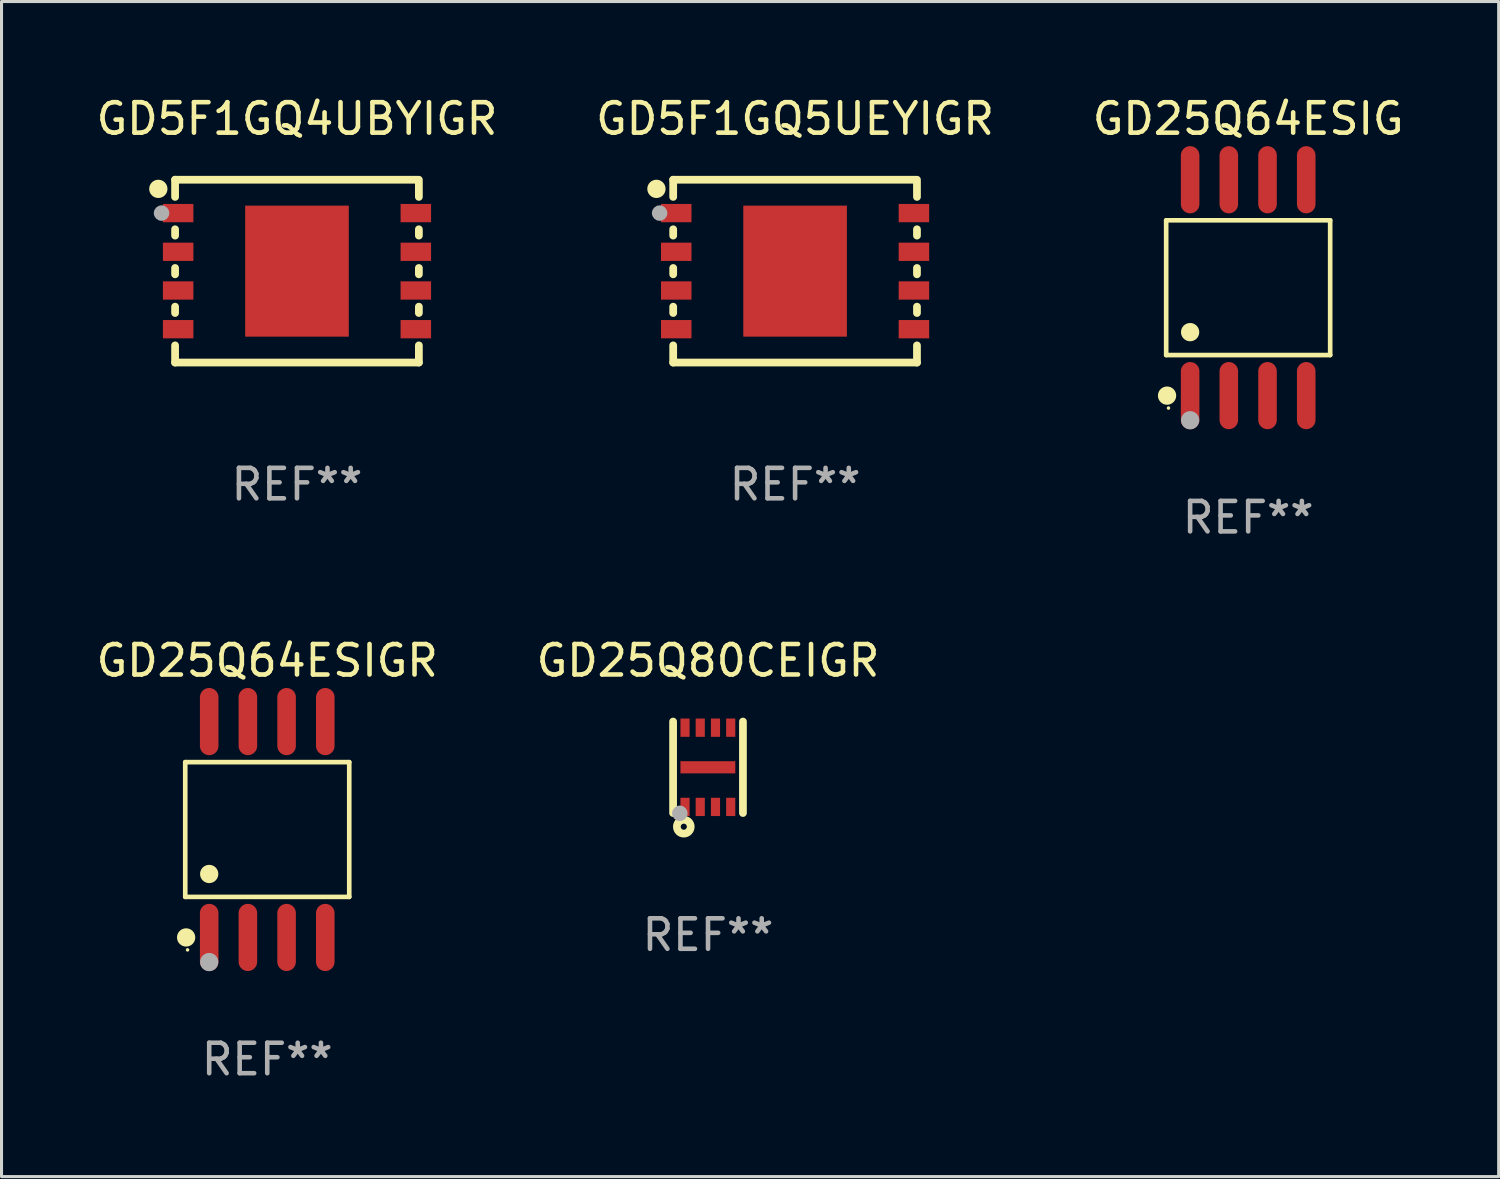
<source format=kicad_pcb>
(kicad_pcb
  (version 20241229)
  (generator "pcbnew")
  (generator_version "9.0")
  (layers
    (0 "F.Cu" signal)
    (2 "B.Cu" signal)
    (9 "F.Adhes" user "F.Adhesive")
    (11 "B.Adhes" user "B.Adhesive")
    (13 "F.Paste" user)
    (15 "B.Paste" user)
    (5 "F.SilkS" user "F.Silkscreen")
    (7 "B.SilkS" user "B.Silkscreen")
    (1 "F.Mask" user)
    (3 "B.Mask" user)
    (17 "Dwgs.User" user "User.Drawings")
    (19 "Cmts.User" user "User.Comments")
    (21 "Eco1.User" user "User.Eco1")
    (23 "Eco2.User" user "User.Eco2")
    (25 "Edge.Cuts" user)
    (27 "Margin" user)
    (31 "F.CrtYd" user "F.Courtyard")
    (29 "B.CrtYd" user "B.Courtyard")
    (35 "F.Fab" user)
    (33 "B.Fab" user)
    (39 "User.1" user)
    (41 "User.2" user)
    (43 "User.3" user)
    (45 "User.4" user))
  (footprint "GD25Q64ESIGR"
    (layer "F.Cu")
    (at 5.72 24.172)
    (property "Reference" "GD25Q64ESIGR" (at 0 -5.542 0) (layer "F.SilkS") (effects (font (size 1 1) (thickness 0.15))))
    (attr through_hole)
    (fp_line (start -2.691 -2.211) (end 2.691 -2.211) (stroke (width 0.152) (type solid)) (layer "F.SilkS"))
    (fp_line (start -2.691 2.211) (end -2.691 -2.211) (stroke (width 0.152) (type solid)) (layer "F.SilkS"))
    (fp_line (start 2.691 -2.211) (end 2.691 2.211) (stroke (width 0.152) (type solid)) (layer "F.SilkS"))
    (fp_line (start 2.691 2.211) (end -2.691 2.211) (stroke (width 0.152) (type solid)) (layer "F.SilkS"))
    (fp_circle (center -2.662 3.542) (end -2.512 3.542) (stroke (width 0.3) (type solid)) (fill no) (layer "F.SilkS"))
    (fp_circle (center -2.615 3.95) (end -2.585 3.95) (stroke (width 0.06) (type solid)) (fill no) (layer "F.SilkS"))
    (fp_circle (center -1.905 1.459) (end -1.755 1.459) (stroke (width 0.3) (type solid)) (fill no) (layer "F.SilkS"))
    (fp_circle (center -1.905 4.35) (end -1.755 4.35) (stroke (width 0.3) (type solid)) (fill no) (layer "F.Fab"))
    (fp_text user "REF**" (at 0 7.542 0) (layer "F.Fab") (effects (font (size 1 1) (thickness 0.15))))
    (pad "1" smd oval (at -1.905 3.542) (size 0.609 2.204) (layers "F.Cu" "F.Mask" "F.Paste"))
    (pad "2" smd oval (at -0.635 3.542) (size 0.609 2.204) (layers "F.Cu" "F.Mask" "F.Paste"))
    (pad "3" smd oval (at 0.635 3.542) (size 0.609 2.204) (layers "F.Cu" "F.Mask" "F.Paste"))
    (pad "4" smd oval (at 1.905 3.542) (size 0.609 2.204) (layers "F.Cu" "F.Mask" "F.Paste"))
    (pad "5" smd oval (at 1.905 -3.542) (size 0.609 2.204) (layers "F.Cu" "F.Mask" "F.Paste"))
    (pad "6" smd oval (at 0.635 -3.542) (size 0.609 2.204) (layers "F.Cu" "F.Mask" "F.Paste"))
    (pad "7" smd oval (at -0.635 -3.542) (size 0.609 2.204) (layers "F.Cu" "F.Mask" "F.Paste"))
    (pad "8" smd oval (at -1.905 -3.542) (size 0.609 2.204) (layers "F.Cu" "F.Mask" "F.Paste")))
  (footprint "GD5F1GQ4UBYIGR"
    (layer "F.Cu")
    (at 6.696 5.848)
    (property "Reference" "GD5F1GQ4UBYIGR" (at 0 -5 0) (layer "F.SilkS") (effects (font (size 1 1) (thickness 0.15))))
    (attr through_hole)
    (fp_line (start -4 -3) (end 3.95 -3) (stroke (width 0.254) (type solid)) (layer "F.SilkS"))
    (fp_line (start -4 -2.436) (end -4 -3) (stroke (width 0.254) (type solid)) (layer "F.SilkS"))
    (fp_line (start -4 -1.166) (end -4 -1.374) (stroke (width 0.254) (type solid)) (layer "F.SilkS"))
    (fp_line (start -4 0.104) (end -4 -0.104) (stroke (width 0.254) (type solid)) (layer "F.SilkS"))
    (fp_line (start -4 1.374) (end -4 1.166) (stroke (width 0.254) (type solid)) (layer "F.SilkS"))
    (fp_line (start -4 3) (end -4 2.436) (stroke (width 0.254) (type solid)) (layer "F.SilkS"))
    (fp_line (start 4 -3) (end 4 -2.436) (stroke (width 0.254) (type solid)) (layer "F.SilkS"))
    (fp_line (start 4 -1.374) (end 4 -1.166) (stroke (width 0.254) (type solid)) (layer "F.SilkS"))
    (fp_line (start 4 -0.104) (end 4 0.104) (stroke (width 0.254) (type solid)) (layer "F.SilkS"))
    (fp_line (start 4 1.166) (end 4 1.374) (stroke (width 0.254) (type solid)) (layer "F.SilkS"))
    (fp_line (start 4 2.436) (end 4 3) (stroke (width 0.254) (type solid)) (layer "F.SilkS"))
    (fp_line (start 4 3) (end -4 3) (stroke (width 0.254) (type solid)) (layer "F.SilkS"))
    (fp_circle (center -4.55 -2.7) (end -4.4 -2.7) (stroke (width 0.3) (type solid)) (fill no) (layer "F.SilkS"))
    (fp_circle (center -4 -3) (end -3.97 -3) (stroke (width 0.06) (type solid)) (fill no) (layer "F.SilkS"))
    (fp_circle (center -4.445 -1.905) (end -4.318 -1.905) (stroke (width 0.254) (type solid)) (fill no) (layer "F.Fab"))
    (fp_text user "REF**" (at 0 7 0) (layer "F.Fab") (effects (font (size 1 1) (thickness 0.15))))
    (pad "1" smd rect (at -3.9 -1.905 270) (size 0.6 1) (layers "F.Cu" "F.Mask" "F.Paste"))
    (pad "2" smd rect (at -3.9 -0.635 270) (size 0.6 1) (layers "F.Cu" "F.Mask" "F.Paste"))
    (pad "3" smd rect (at -3.9 0.635 270) (size 0.6 1) (layers "F.Cu" "F.Mask" "F.Paste"))
    (pad "4" smd rect (at -3.9 1.905 270) (size 0.6 1) (layers "F.Cu" "F.Mask" "F.Paste"))
    (pad "5" smd rect (at 3.9 1.905 90) (size 0.6 1) (layers "F.Cu" "F.Mask" "F.Paste"))
    (pad "6" smd rect (at 3.9 0.635 90) (size 0.6 1) (layers "F.Cu" "F.Mask" "F.Paste"))
    (pad "7" smd rect (at 3.9 -0.635 90) (size 0.6 1) (layers "F.Cu" "F.Mask" "F.Paste"))
    (pad "8" smd rect (at 3.9 -1.905 90) (size 0.6 1) (layers "F.Cu" "F.Mask" "F.Paste"))
    (pad "9" smd rect (at 0 0 90) (size 4.3 3.4) (layers "F.Cu" "F.Mask" "F.Paste")))
  (footprint "GD25Q80CEIGR"
    (layer "F.Cu")
    (at 20.185 22.13)
    (property "Reference" "GD25Q80CEIGR" (at 0 -3.501 0) (layer "F.SilkS") (effects (font (size 1 1) (thickness 0.15))))
    (attr through_hole)
    (fp_line (start -1.146 -1.501) (end -1.146 1.501) (stroke (width 0.254) (type solid)) (layer "F.SilkS"))
    (fp_line (start 1.146 -1.501) (end 1.146 1.501) (stroke (width 0.254) (type solid)) (layer "F.SilkS"))
    (fp_circle (center -1.005 1.5) (end -0.975 1.5) (stroke (width 0.06) (type solid)) (fill no) (layer "F.SilkS"))
    (fp_circle (center -0.795 1.95) (end -0.695 1.95) (stroke (width 0.254) (type solid)) (fill no) (layer "F.SilkS"))
    (fp_circle (center -0.925 1.51) (end -0.798 1.51) (stroke (width 0.254) (type solid)) (fill no) (layer "F.Fab"))
    (fp_text user "REF**" (at 0 5.501 0) (layer "F.Fab") (effects (font (size 1 1) (thickness 0.15))))
    (pad "1" smd rect (at -0.755 1.3) (size 0.3 0.6) (layers "F.Cu" "F.Mask" "F.Paste"))
    (pad "2" smd rect (at -0.255 1.3) (size 0.3 0.6) (layers "F.Cu" "F.Mask" "F.Paste"))
    (pad "3" smd rect (at 0.245 1.3) (size 0.3 0.6) (layers "F.Cu" "F.Mask" "F.Paste"))
    (pad "4" smd rect (at 0.745 1.3) (size 0.3 0.6) (layers "F.Cu" "F.Mask" "F.Paste"))
    (pad "5" smd rect (at 0.745 -1.3) (size 0.3 0.6) (layers "F.Cu" "F.Mask" "F.Paste"))
    (pad "6" smd rect (at 0.245 -1.3) (size 0.3 0.6) (layers "F.Cu" "F.Mask" "F.Paste"))
    (pad "7" smd rect (at -0.255 -1.3) (size 0.3 0.6) (layers "F.Cu" "F.Mask" "F.Paste"))
    (pad "8" smd rect (at -0.755 -1.3) (size 0.3 0.6) (layers "F.Cu" "F.Mask" "F.Paste"))
    (pad "9" smd rect (at -0.005 0 90) (size 0.4 1.8) (layers "F.Cu" "F.Mask" "F.Paste")))
  (footprint "GD5F1GQ5UEYIGR"
    (layer "F.Cu")
    (at 23.042 5.848)
    (property "Reference" "GD5F1GQ5UEYIGR" (at 0 -5 0) (layer "F.SilkS") (effects (font (size 1 1) (thickness 0.15))))
    (attr through_hole)
    (fp_line (start -4 -3) (end 3.95 -3) (stroke (width 0.254) (type solid)) (layer "F.SilkS"))
    (fp_line (start -4 -2.436) (end -4 -3) (stroke (width 0.254) (type solid)) (layer "F.SilkS"))
    (fp_line (start -4 -1.166) (end -4 -1.374) (stroke (width 0.254) (type solid)) (layer "F.SilkS"))
    (fp_line (start -4 0.104) (end -4 -0.104) (stroke (width 0.254) (type solid)) (layer "F.SilkS"))
    (fp_line (start -4 1.374) (end -4 1.166) (stroke (width 0.254) (type solid)) (layer "F.SilkS"))
    (fp_line (start -4 3) (end -4 2.436) (stroke (width 0.254) (type solid)) (layer "F.SilkS"))
    (fp_line (start 4 -3) (end 4 -2.436) (stroke (width 0.254) (type solid)) (layer "F.SilkS"))
    (fp_line (start 4 -1.374) (end 4 -1.166) (stroke (width 0.254) (type solid)) (layer "F.SilkS"))
    (fp_line (start 4 -0.104) (end 4 0.104) (stroke (width 0.254) (type solid)) (layer "F.SilkS"))
    (fp_line (start 4 1.166) (end 4 1.374) (stroke (width 0.254) (type solid)) (layer "F.SilkS"))
    (fp_line (start 4 2.436) (end 4 3) (stroke (width 0.254) (type solid)) (layer "F.SilkS"))
    (fp_line (start 4 3) (end -4 3) (stroke (width 0.254) (type solid)) (layer "F.SilkS"))
    (fp_circle (center -4.55 -2.7) (end -4.4 -2.7) (stroke (width 0.3) (type solid)) (fill no) (layer "F.SilkS"))
    (fp_circle (center -4 -3) (end -3.97 -3) (stroke (width 0.06) (type solid)) (fill no) (layer "F.SilkS"))
    (fp_circle (center -4.445 -1.905) (end -4.318 -1.905) (stroke (width 0.254) (type solid)) (fill no) (layer "F.Fab"))
    (fp_text user "REF**" (at 0 7 0) (layer "F.Fab") (effects (font (size 1 1) (thickness 0.15))))
    (pad "1" smd rect (at -3.9 -1.905 270) (size 0.6 1) (layers "F.Cu" "F.Mask" "F.Paste"))
    (pad "2" smd rect (at -3.9 -0.635 270) (size 0.6 1) (layers "F.Cu" "F.Mask" "F.Paste"))
    (pad "3" smd rect (at -3.9 0.635 270) (size 0.6 1) (layers "F.Cu" "F.Mask" "F.Paste"))
    (pad "4" smd rect (at -3.9 1.905 270) (size 0.6 1) (layers "F.Cu" "F.Mask" "F.Paste"))
    (pad "5" smd rect (at 3.9 1.905 90) (size 0.6 1) (layers "F.Cu" "F.Mask" "F.Paste"))
    (pad "6" smd rect (at 3.9 0.635 90) (size 0.6 1) (layers "F.Cu" "F.Mask" "F.Paste"))
    (pad "7" smd rect (at 3.9 -0.635 90) (size 0.6 1) (layers "F.Cu" "F.Mask" "F.Paste"))
    (pad "8" smd rect (at 3.9 -1.905 90) (size 0.6 1) (layers "F.Cu" "F.Mask" "F.Paste"))
    (pad "9" smd rect (at 0 0 90) (size 4.3 3.4) (layers "F.Cu" "F.Mask" "F.Paste")))
  (footprint "GD25Q64ESIG"
    (layer "F.Cu")
    (at 37.911 6.391)
    (property "Reference" "GD25Q64ESIG" (at 0 -5.542 0) (layer "F.SilkS") (effects (font (size 1 1) (thickness 0.15))))
    (attr through_hole)
    (fp_line (start -2.691 -2.211) (end 2.691 -2.211) (stroke (width 0.152) (type solid)) (layer "F.SilkS"))
    (fp_line (start -2.691 2.211) (end -2.691 -2.211) (stroke (width 0.152) (type solid)) (layer "F.SilkS"))
    (fp_line (start 2.691 -2.211) (end 2.691 2.211) (stroke (width 0.152) (type solid)) (layer "F.SilkS"))
    (fp_line (start 2.691 2.211) (end -2.691 2.211) (stroke (width 0.152) (type solid)) (layer "F.SilkS"))
    (fp_circle (center -2.662 3.542) (end -2.512 3.542) (stroke (width 0.3) (type solid)) (fill no) (layer "F.SilkS"))
    (fp_circle (center -2.615 3.95) (end -2.585 3.95) (stroke (width 0.06) (type solid)) (fill no) (layer "F.SilkS"))
    (fp_circle (center -1.905 1.459) (end -1.755 1.459) (stroke (width 0.3) (type solid)) (fill no) (layer "F.SilkS"))
    (fp_circle (center -1.905 4.35) (end -1.755 4.35) (stroke (width 0.3) (type solid)) (fill no) (layer "F.Fab"))
    (fp_text user "REF**" (at 0 7.542 0) (layer "F.Fab") (effects (font (size 1 1) (thickness 0.15))))
    (pad "1" smd oval (at -1.905 3.542) (size 0.609 2.204) (layers "F.Cu" "F.Mask" "F.Paste"))
    (pad "2" smd oval (at -0.635 3.542) (size 0.609 2.204) (layers "F.Cu" "F.Mask" "F.Paste"))
    (pad "3" smd oval (at 0.635 3.542) (size 0.609 2.204) (layers "F.Cu" "F.Mask" "F.Paste"))
    (pad "4" smd oval (at 1.905 3.542) (size 0.609 2.204) (layers "F.Cu" "F.Mask" "F.Paste"))
    (pad "5" smd oval (at 1.905 -3.542) (size 0.609 2.204) (layers "F.Cu" "F.Mask" "F.Paste"))
    (pad "6" smd oval (at 0.635 -3.542) (size 0.609 2.204) (layers "F.Cu" "F.Mask" "F.Paste"))
    (pad "7" smd oval (at -0.635 -3.542) (size 0.609 2.204) (layers "F.Cu" "F.Mask" "F.Paste"))
    (pad "8" smd oval (at -1.905 -3.542) (size 0.609 2.204) (layers "F.Cu" "F.Mask" "F.Paste")))
  (gr_rect
    (start -3 -3)
    (end 46.131 35.562)
    (stroke (width 0.1) (type default))
    (fill no)
    (layer "Edge.Cuts")))
</source>
